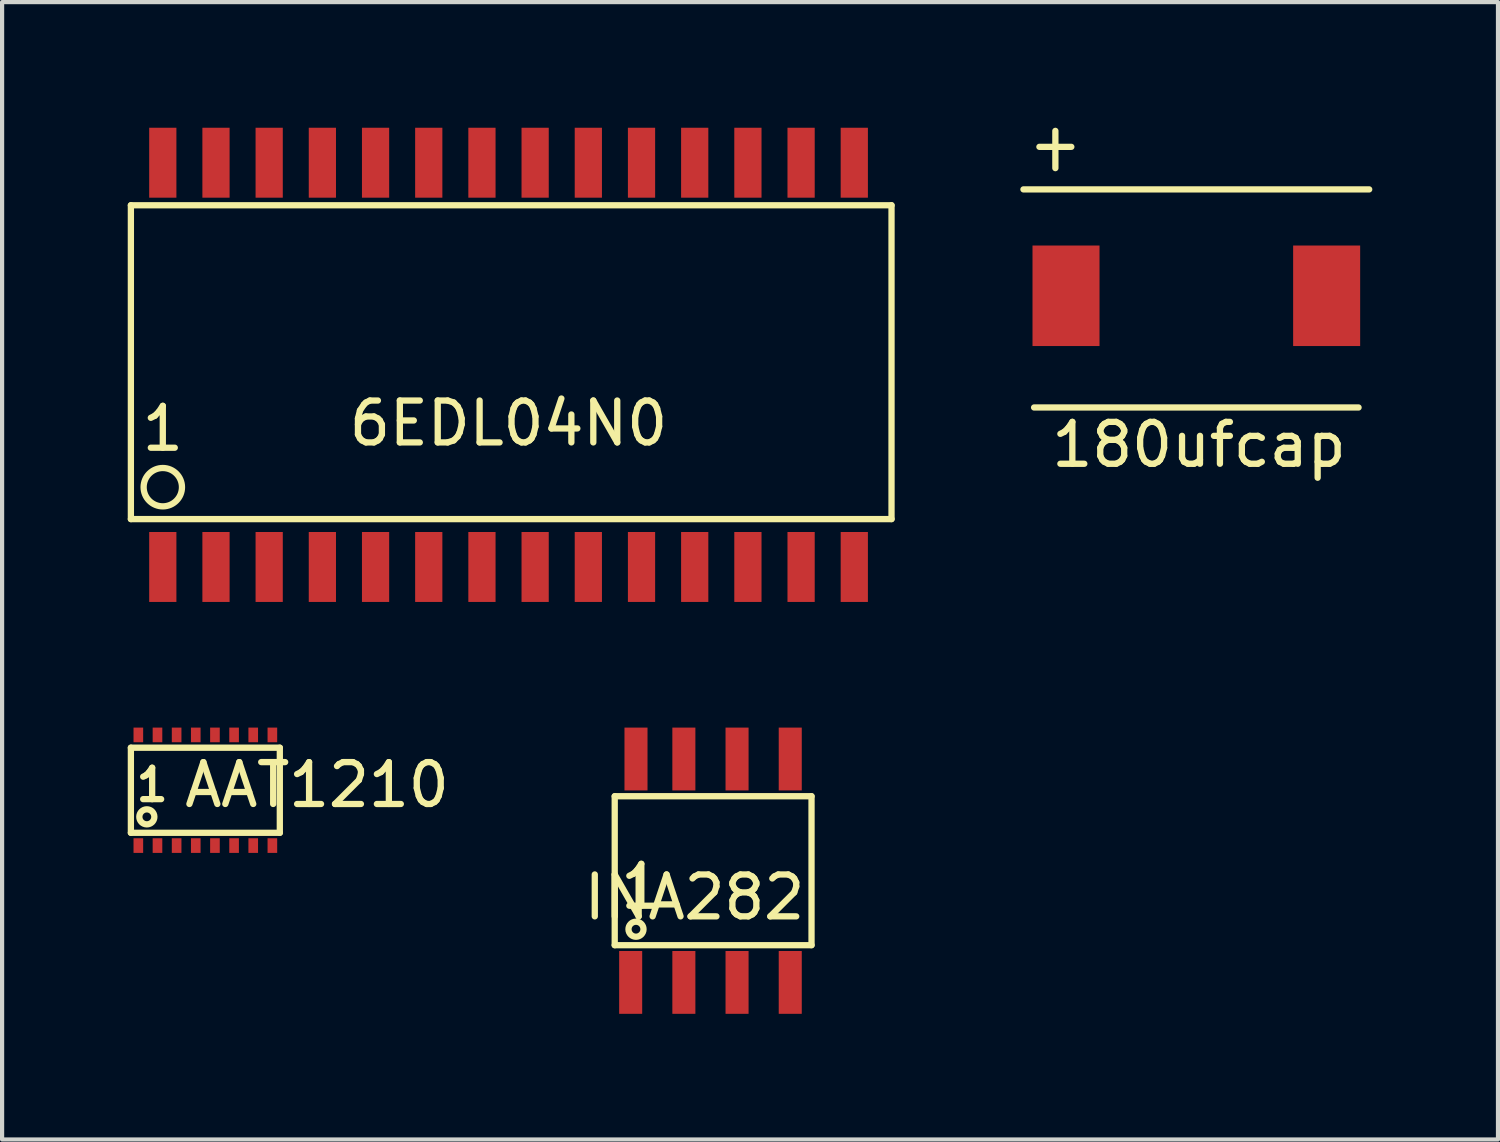
<source format=kicad_pcb>
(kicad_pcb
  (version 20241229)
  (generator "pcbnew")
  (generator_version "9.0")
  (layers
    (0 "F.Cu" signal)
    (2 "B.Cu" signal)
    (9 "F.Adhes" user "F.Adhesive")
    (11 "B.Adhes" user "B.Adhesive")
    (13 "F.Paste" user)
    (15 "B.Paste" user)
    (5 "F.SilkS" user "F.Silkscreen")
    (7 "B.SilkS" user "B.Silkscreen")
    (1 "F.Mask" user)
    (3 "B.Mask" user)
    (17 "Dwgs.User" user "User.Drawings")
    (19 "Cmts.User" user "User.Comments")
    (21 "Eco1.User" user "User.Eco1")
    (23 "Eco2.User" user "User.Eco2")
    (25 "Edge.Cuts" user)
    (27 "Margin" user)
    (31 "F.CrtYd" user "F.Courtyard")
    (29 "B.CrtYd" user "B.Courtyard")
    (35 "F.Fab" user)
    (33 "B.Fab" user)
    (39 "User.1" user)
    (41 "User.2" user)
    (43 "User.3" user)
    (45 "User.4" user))
  (footprint "6EDL04N0"
    (layer "F.Cu")
    (at 9.092 5.661)
    (property "Reference" "6EDL04N0" (at 0 1.397 0) (layer "F.SilkS") (effects (font (size 1 1) (thickness 0.15))))
    (attr through_hole)
    (fp_line (start -9.017 -3.81) (end -9.017 3.683) (stroke (width 0.15) (type solid)) (layer "F.SilkS"))
    (fp_line (start -9.017 3.683) (end 9.144 3.683) (stroke (width 0.15) (type solid)) (layer "F.SilkS"))
    (fp_line (start 9.144 -3.81) (end -9.017 -3.81) (stroke (width 0.15) (type solid)) (layer "F.SilkS"))
    (fp_line (start 9.144 3.683) (end 9.144 -3.81) (stroke (width 0.15) (type solid)) (layer "F.SilkS"))
    (fp_circle (center -8.255 2.921) (end -7.874 2.667) (stroke (width 0.15) (type solid)) (fill no) (layer "F.SilkS"))
    (fp_text user "1" (at -8.255 1.524 0) (layer "F.SilkS") (effects (font (size 1 1) (thickness 0.15))))
    (pad "1" smd rect (at -8.255 4.826) (size 0.65 1.67) (layers "F.Cu" "F.Mask" "F.Paste"))
    (pad "2" smd rect (at -6.985 4.826) (size 0.65 1.67) (layers "F.Cu" "F.Mask" "F.Paste"))
    (pad "3" smd rect (at -5.715 4.826) (size 0.65 1.67) (layers "F.Cu" "F.Mask" "F.Paste"))
    (pad "4" smd rect (at -4.445 4.826) (size 0.65 1.67) (layers "F.Cu" "F.Mask" "F.Paste"))
    (pad "5" smd rect (at -3.175 4.826) (size 0.65 1.67) (layers "F.Cu" "F.Mask" "F.Paste"))
    (pad "6" smd rect (at -1.905 4.826) (size 0.65 1.67) (layers "F.Cu" "F.Mask" "F.Paste"))
    (pad "7" smd rect (at -0.635 4.826) (size 0.65 1.67) (layers "F.Cu" "F.Mask" "F.Paste"))
    (pad "8" smd rect (at 0.635 4.826) (size 0.65 1.67) (layers "F.Cu" "F.Mask" "F.Paste"))
    (pad "9" smd rect (at 1.905 4.826) (size 0.65 1.67) (layers "F.Cu" "F.Mask" "F.Paste"))
    (pad "10" smd rect (at 3.175 4.826) (size 0.65 1.67) (layers "F.Cu" "F.Mask" "F.Paste"))
    (pad "11" smd rect (at 4.445 4.826) (size 0.65 1.67) (layers "F.Cu" "F.Mask" "F.Paste"))
    (pad "12" smd rect (at 5.715 4.826) (size 0.65 1.67) (layers "F.Cu" "F.Mask" "F.Paste"))
    (pad "13" smd rect (at 6.985 4.826) (size 0.65 1.67) (layers "F.Cu" "F.Mask" "F.Paste"))
    (pad "14" smd rect (at 8.255 4.826) (size 0.65 1.67) (layers "F.Cu" "F.Mask" "F.Paste"))
    (pad "15" smd rect (at 8.255 -4.826) (size 0.65 1.67) (layers "F.Cu" "F.Mask" "F.Paste"))
    (pad "16" smd rect (at 6.985 -4.826) (size 0.65 1.67) (layers "F.Cu" "F.Mask" "F.Paste"))
    (pad "17" smd rect (at 5.715 -4.826) (size 0.65 1.67) (layers "F.Cu" "F.Mask" "F.Paste"))
    (pad "18" smd rect (at 4.445 -4.826) (size 0.65 1.67) (layers "F.Cu" "F.Mask" "F.Paste"))
    (pad "19" smd rect (at 3.175 -4.826) (size 0.65 1.67) (layers "F.Cu" "F.Mask" "F.Paste"))
    (pad "20" smd rect (at 1.905 -4.826) (size 0.65 1.67) (layers "F.Cu" "F.Mask" "F.Paste"))
    (pad "21" smd rect (at 0.635 -4.826) (size 0.65 1.67) (layers "F.Cu" "F.Mask" "F.Paste"))
    (pad "22" smd rect (at -0.635 -4.826) (size 0.65 1.67) (layers "F.Cu" "F.Mask" "F.Paste"))
    (pad "23" smd rect (at -1.905 -4.826) (size 0.65 1.67) (layers "F.Cu" "F.Mask" "F.Paste"))
    (pad "24" smd rect (at -3.175 -4.826) (size 0.65 1.67) (layers "F.Cu" "F.Mask" "F.Paste"))
    (pad "25" smd rect (at -4.445 -4.826) (size 0.65 1.67) (layers "F.Cu" "F.Mask" "F.Paste"))
    (pad "26" smd rect (at -5.715 -4.826) (size 0.65 1.67) (layers "F.Cu" "F.Mask" "F.Paste"))
    (pad "27" smd rect (at -6.985 -4.826) (size 0.65 1.67) (layers "F.Cu" "F.Mask" "F.Paste"))
    (pad "28" smd rect (at -8.255 -4.826) (size 0.65 1.67) (layers "F.Cu" "F.Mask" "F.Paste")))
  (footprint "INA282"
    (layer "F.Cu")
    (at 13.913 17.739)
    (property "Reference" "INA282" (at -0.381 0.635 0) (layer "F.SilkS") (effects (font (size 1 1) (thickness 0.15))))
    (attr through_hole)
    (fp_line (start -2.286 -1.778) (end -2.286 1.778) (stroke (width 0.15) (type solid)) (layer "F.SilkS"))
    (fp_line (start -2.286 1.778) (end 2.413 1.778) (stroke (width 0.15) (type solid)) (layer "F.SilkS"))
    (fp_line (start 2.413 -1.778) (end -2.286 -1.778) (stroke (width 0.15) (type solid)) (layer "F.SilkS"))
    (fp_line (start 2.413 1.778) (end 2.413 -1.778) (stroke (width 0.15) (type solid)) (layer "F.SilkS"))
    (fp_circle (center -1.778 1.397) (end -1.651 1.27) (stroke (width 0.15) (type solid)) (fill no) (layer "F.SilkS"))
    (fp_text user "1" (at -1.651 0.381 0) (layer "F.SilkS") (effects (font (size 1 1) (thickness 0.15))))
    (pad "1" smd rect (at -1.905 2.667) (size 0.55 1.5) (layers "F.Cu" "F.Mask" "F.Paste"))
    (pad "2" smd rect (at -0.635 2.667) (size 0.55 1.5) (layers "F.Cu" "F.Mask" "F.Paste"))
    (pad "3" smd rect (at 0.635 2.667) (size 0.55 1.5) (layers "F.Cu" "F.Mask" "F.Paste"))
    (pad "4" smd rect (at 1.905 2.667) (size 0.55 1.5) (layers "F.Cu" "F.Mask" "F.Paste"))
    (pad "5" smd rect (at 1.905 -2.667) (size 0.55 1.5) (layers "F.Cu" "F.Mask" "F.Paste"))
    (pad "6" smd rect (at 0.635 -2.667) (size 0.55 1.5) (layers "F.Cu" "F.Mask" "F.Paste"))
    (pad "7" smd rect (at -0.635 -2.667) (size 0.55 1.5) (layers "F.Cu" "F.Mask" "F.Paste"))
    (pad "8" smd rect (at -1.778 -2.667) (size 0.55 1.5) (layers "F.Cu" "F.Mask" "F.Paste")))
  (footprint "180ufcap"
    (layer "F.Cu")
    (at 25.45 4.012)
    (property "Reference" "180ufcap" (at 0.127 3.556 0) (layer "F.SilkS") (effects (font (size 1 1) (thickness 0.15))))
    (attr through_hole)
    (fp_line (start -4.064 -2.54) (end 4.191 -2.54) (stroke (width 0.15) (type solid)) (layer "F.SilkS"))
    (fp_line (start -3.81 2.667) (end 3.937 2.667) (stroke (width 0.15) (type solid)) (layer "F.SilkS"))
    (fp_line (start -3.683 -3.556) (end -2.921 -3.556) (stroke (width 0.15) (type solid)) (layer "F.SilkS"))
    (fp_line (start -3.302 -3.937) (end -3.302 -3.048) (stroke (width 0.15) (type solid)) (layer "F.SilkS"))
    (pad "1" smd rect (at -3.048 0) (size 1.6 2.4) (layers "F.Cu" "F.Mask" "F.Paste"))
    (pad "2" smd rect (at 3.175 0) (size 1.6 2.4) (layers "F.Cu" "F.Mask" "F.Paste")))
  (footprint "AAT1210"
    (layer "F.Cu")
    (at 1.853 15.818)
    (property "Reference" "AAT1210" (at 2.667 -0.127 0) (layer "F.SilkS") (effects (font (size 1 1) (thickness 0.15))))
    (attr through_hole)
    (fp_line (start -1.778 -1.016) (end 1.778 -1.016) (stroke (width 0.15) (type solid)) (layer "F.SilkS"))
    (fp_line (start -1.778 1.016) (end -1.778 -1.016) (stroke (width 0.15) (type solid)) (layer "F.SilkS"))
    (fp_line (start 1.778 -1.016) (end 1.778 1.016) (stroke (width 0.15) (type solid)) (layer "F.SilkS"))
    (fp_line (start 1.778 1.016) (end -1.778 1.016) (stroke (width 0.15) (type solid)) (layer "F.SilkS"))
    (fp_circle (center -1.397 0.635) (end -1.27 0.508) (stroke (width 0.15) (type solid)) (fill no) (layer "F.SilkS"))
    (fp_text user "1" (at -1.27 -0.127 0) (layer "F.SilkS") (effects (font (size 0.75 0.75) (thickness 0.15))))
    (pad "1" smd rect (at -1.6 1.321) (size 0.23 0.35) (layers "F.Cu" "F.Mask" "F.Paste"))
    (pad "2" smd rect (at -1.143 1.321) (size 0.23 0.35) (layers "F.Cu" "F.Mask" "F.Paste"))
    (pad "3" smd rect (at -0.686 1.321) (size 0.23 0.35) (layers "F.Cu" "F.Mask" "F.Paste"))
    (pad "4" smd rect (at -0.229 1.321) (size 0.23 0.35) (layers "F.Cu" "F.Mask" "F.Paste"))
    (pad "5" smd rect (at 0.229 1.321) (size 0.23 0.35) (layers "F.Cu" "F.Mask" "F.Paste"))
    (pad "6" smd rect (at 0.686 1.321) (size 0.23 0.35) (layers "F.Cu" "F.Mask" "F.Paste"))
    (pad "7" smd rect (at 1.143 1.321) (size 0.23 0.35) (layers "F.Cu" "F.Mask" "F.Paste"))
    (pad "8" smd rect (at 1.6 1.321) (size 0.23 0.35) (layers "F.Cu" "F.Mask" "F.Paste"))
    (pad "9" smd rect (at 1.6 -1.321) (size 0.23 0.35) (layers "F.Cu" "F.Mask" "F.Paste"))
    (pad "10" smd rect (at 1.143 -1.321) (size 0.23 0.35) (layers "F.Cu" "F.Mask" "F.Paste"))
    (pad "11" smd rect (at 0.686 -1.321) (size 0.23 0.35) (layers "F.Cu" "F.Mask" "F.Paste"))
    (pad "12" smd rect (at 0.229 -1.321) (size 0.23 0.35) (layers "F.Cu" "F.Mask" "F.Paste"))
    (pad "13" smd rect (at -0.229 -1.321) (size 0.23 0.35) (layers "F.Cu" "F.Mask" "F.Paste"))
    (pad "14" smd rect (at -0.686 -1.321) (size 0.23 0.35) (layers "F.Cu" "F.Mask" "F.Paste"))
    (pad "15" smd rect (at -1.143 -1.321) (size 0.23 0.35) (layers "F.Cu" "F.Mask" "F.Paste"))
    (pad "16" smd rect (at -1.6 -1.321) (size 0.23 0.35) (layers "F.Cu" "F.Mask" "F.Paste")))
  (gr_rect
    (start -3 -3)
    (end 32.716 24.156)
    (stroke (width 0.1) (type default))
    (fill no)
    (layer "Edge.Cuts")))
</source>
